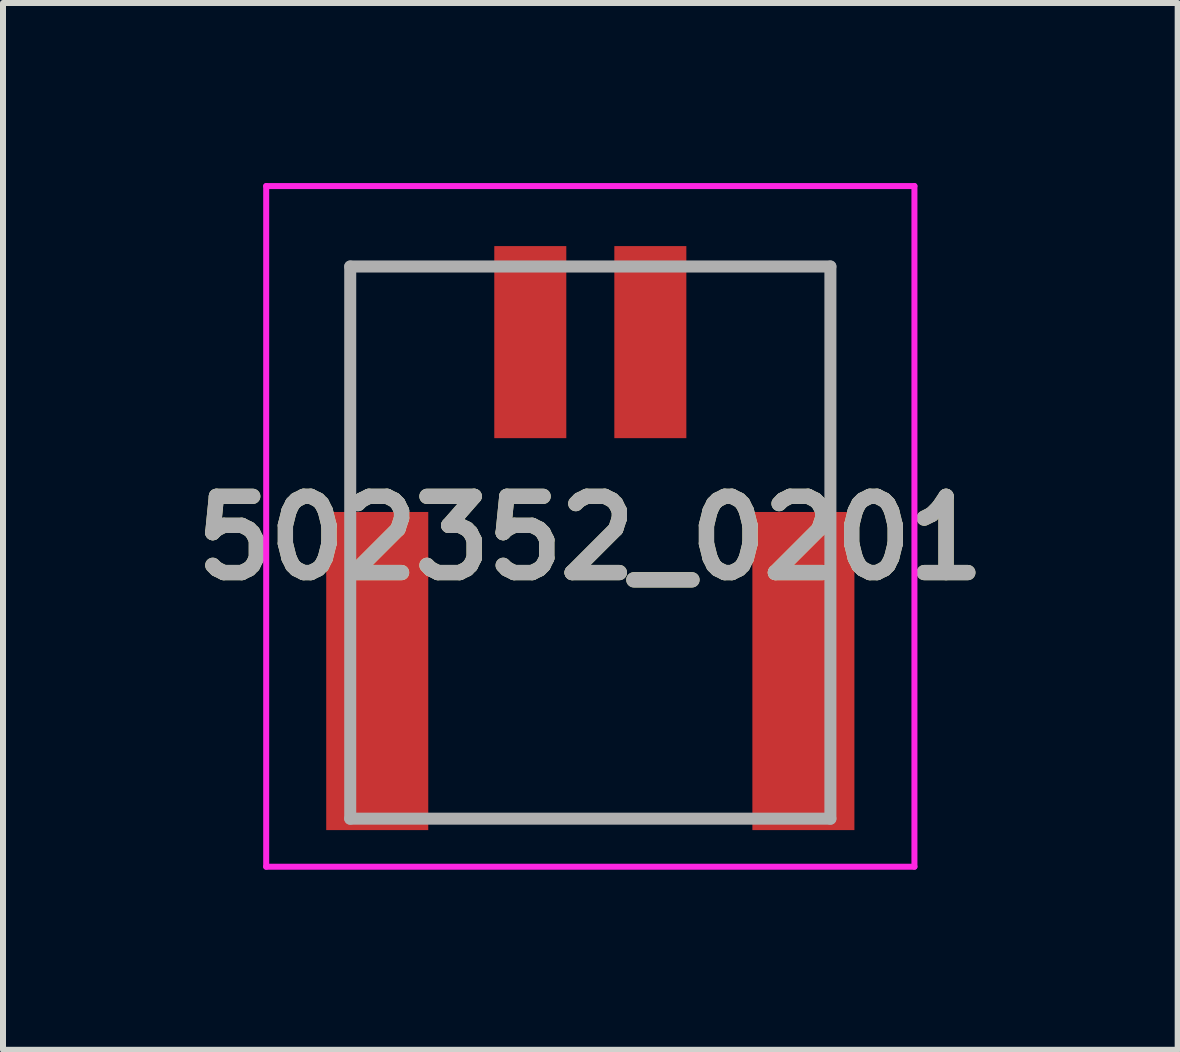
<source format=kicad_pcb>
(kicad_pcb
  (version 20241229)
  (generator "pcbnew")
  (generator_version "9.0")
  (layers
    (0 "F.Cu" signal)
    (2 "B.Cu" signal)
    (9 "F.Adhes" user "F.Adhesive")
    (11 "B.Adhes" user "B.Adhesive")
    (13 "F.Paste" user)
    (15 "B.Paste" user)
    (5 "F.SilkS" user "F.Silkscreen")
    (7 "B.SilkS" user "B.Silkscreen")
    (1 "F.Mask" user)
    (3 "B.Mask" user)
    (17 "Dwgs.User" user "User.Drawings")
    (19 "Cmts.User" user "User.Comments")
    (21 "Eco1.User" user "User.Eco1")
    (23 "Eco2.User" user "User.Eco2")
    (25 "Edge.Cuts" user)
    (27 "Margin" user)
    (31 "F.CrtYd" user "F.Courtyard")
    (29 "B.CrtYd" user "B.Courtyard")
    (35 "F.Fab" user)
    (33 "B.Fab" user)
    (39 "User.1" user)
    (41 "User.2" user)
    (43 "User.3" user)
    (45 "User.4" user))
  (footprint "502352_0201"
    (layer "F.Cu")
    (at 6.785 5.39)
    (property "Reference" "502352_0201" (at 0 0.525 0) (layer "F.SilkS") (effects (font (size 1.27 1.27) (thickness 0.254))))
    (attr smd)
    (fp_line (start -4 -4) (end -2.5 -4) (stroke (width 0.1) (type solid)) (layer "F.SilkS"))
    (fp_line (start -4 -0.5) (end -4 -4) (stroke (width 0.1) (type solid)) (layer "F.SilkS"))
    (fp_line (start -2 5.2) (end 2 5.2) (stroke (width 0.1) (type solid)) (layer "F.SilkS"))
    (fp_line (start 4 -4) (end 2.5 -4) (stroke (width 0.1) (type solid)) (layer "F.SilkS"))
    (fp_line (start 4 -0.5) (end 4 -4) (stroke (width 0.1) (type solid)) (layer "F.SilkS"))
    (fp_line (start -5.4 -5.34) (end 5.4 -5.34) (stroke (width 0.1) (type solid)) (layer "F.CrtYd"))
    (fp_line (start -5.4 6) (end -5.4 -5.34) (stroke (width 0.1) (type solid)) (layer "F.CrtYd"))
    (fp_line (start 5.4 -5.34) (end 5.4 6) (stroke (width 0.1) (type solid)) (layer "F.CrtYd"))
    (fp_line (start 5.4 6) (end -5.4 6) (stroke (width 0.1) (type solid)) (layer "F.CrtYd"))
    (fp_line (start -4 -4) (end 4 -4) (stroke (width 0.2) (type solid)) (layer "F.Fab"))
    (fp_line (start -4 5.2) (end -4 -4) (stroke (width 0.2) (type solid)) (layer "F.Fab"))
    (fp_line (start 4 -4) (end 4 5.2) (stroke (width 0.2) (type solid)) (layer "F.Fab"))
    (fp_line (start 4 5.2) (end -4 5.2) (stroke (width 0.2) (type solid)) (layer "F.Fab"))
    (fp_text user "${REFERENCE}" (at 0 0.525 0) (layer "F.Fab") (effects (font (size 1.27 1.27) (thickness 0.254))))
    (pad "1" smd rect (at -1 -2.74) (size 1.2 3.2) (layers "F.Cu" "F.Mask" "F.Paste"))
    (pad "2" smd rect (at 1 -2.74) (size 1.2 3.2) (layers "F.Cu" "F.Mask" "F.Paste"))
    (pad "MP1" smd rect (at -3.55 2.74) (size 1.7 5.3) (layers "F.Cu" "F.Mask" "F.Paste"))
    (pad "MP2" smd rect (at 3.55 2.74) (size 1.7 5.3) (layers "F.Cu" "F.Mask" "F.Paste")))
  (gr_rect
    (start -3 -3)
    (end 16.571 14.44)
    (stroke (width 0.1) (type default))
    (fill no)
    (layer "Edge.Cuts")))
</source>
